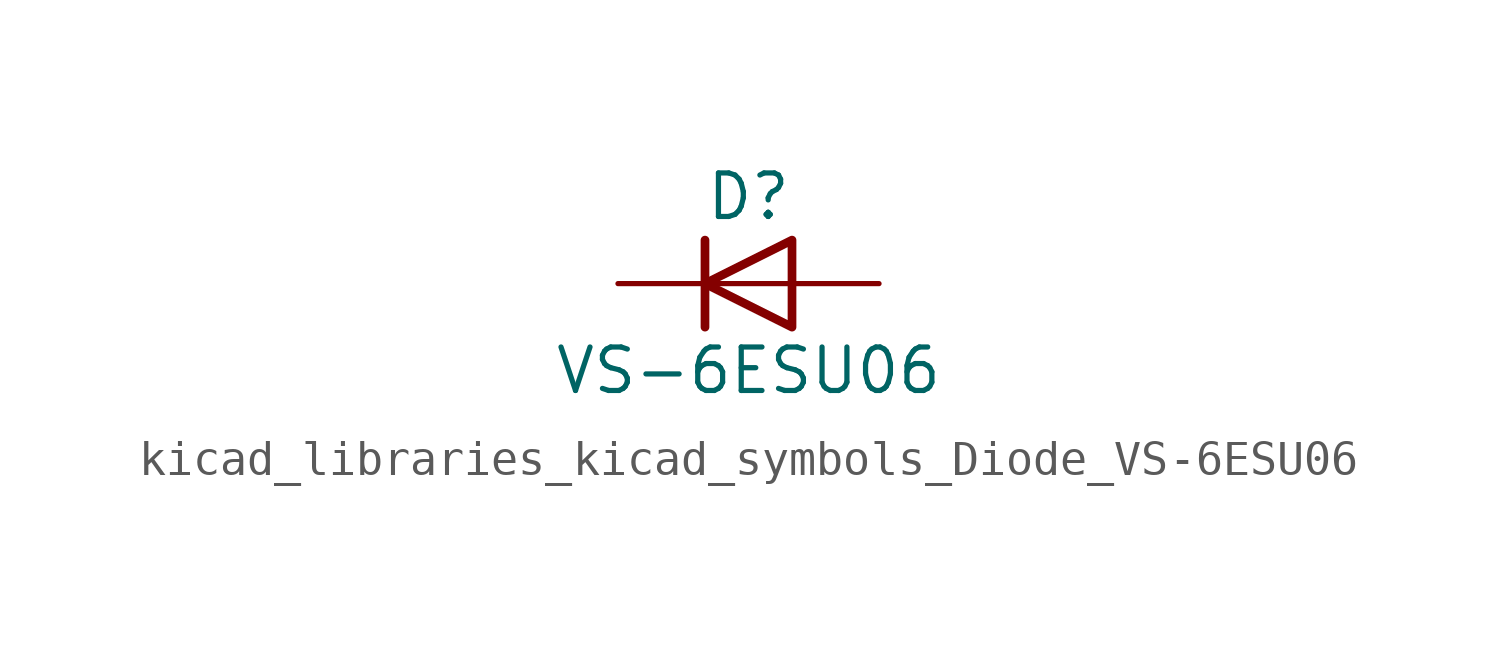
<source format=kicad_sym>
(kicad_symbol_lib
  (version 20220914)
  (generator kicad_symbol_editor)
  (symbol "kicad_libraries_kicad_symbols_Diode_VS-6ESU06"
    (pin_numbers hide)
    (pin_names hide)
    (property "Reference" "D"
      (at 0 2.54 0)
      (effects (font (size 1.27 1.27))))
    (property "Value" "VS-6ESU06"
      (at 0 -2.54 0)
      (effects (font (size 1.27 1.27))))
    (symbol "kicad_libraries_kicad_symbols_Diode_VS-6ESU06_0_1"
      (polyline (pts (xy -1.27 1.27) (xy -1.27 -1.27)) (stroke (width 0.254) (type default)) (fill (type none)))
      (polyline (pts (xy 1.27 0) (xy -1.27 0)) (stroke (width 0) (type default)) (fill (type none)))
      (polyline (pts (xy 1.27 1.27) (xy 1.27 -1.27) (xy -1.27 0) (xy 1.27 1.27)) (stroke (width 0.254) (type default)) (fill (type none))))
    (symbol "kicad_libraries_kicad_symbols_Diode_VS-6ESU06_1_1"
      (pin passive line (at 3.81 0 180) (length 2.54) (name "A" (effects (font (size 1.27 1.27)))) (number "1" (effects (font (size 1.27 1.27)))))
      (pin passive line (at 3.81 0 180) (length 2.54) hide (name "A" (effects (font (size 1.27 1.27)))) (number "2" (effects (font (size 1.27 1.27)))))
      (pin passive line (at -3.81 0 0) (length 2.54) (name "K" (effects (font (size 1.27 1.27)))) (number "3" (effects (font (size 1.27 1.27))))))))
</source>
